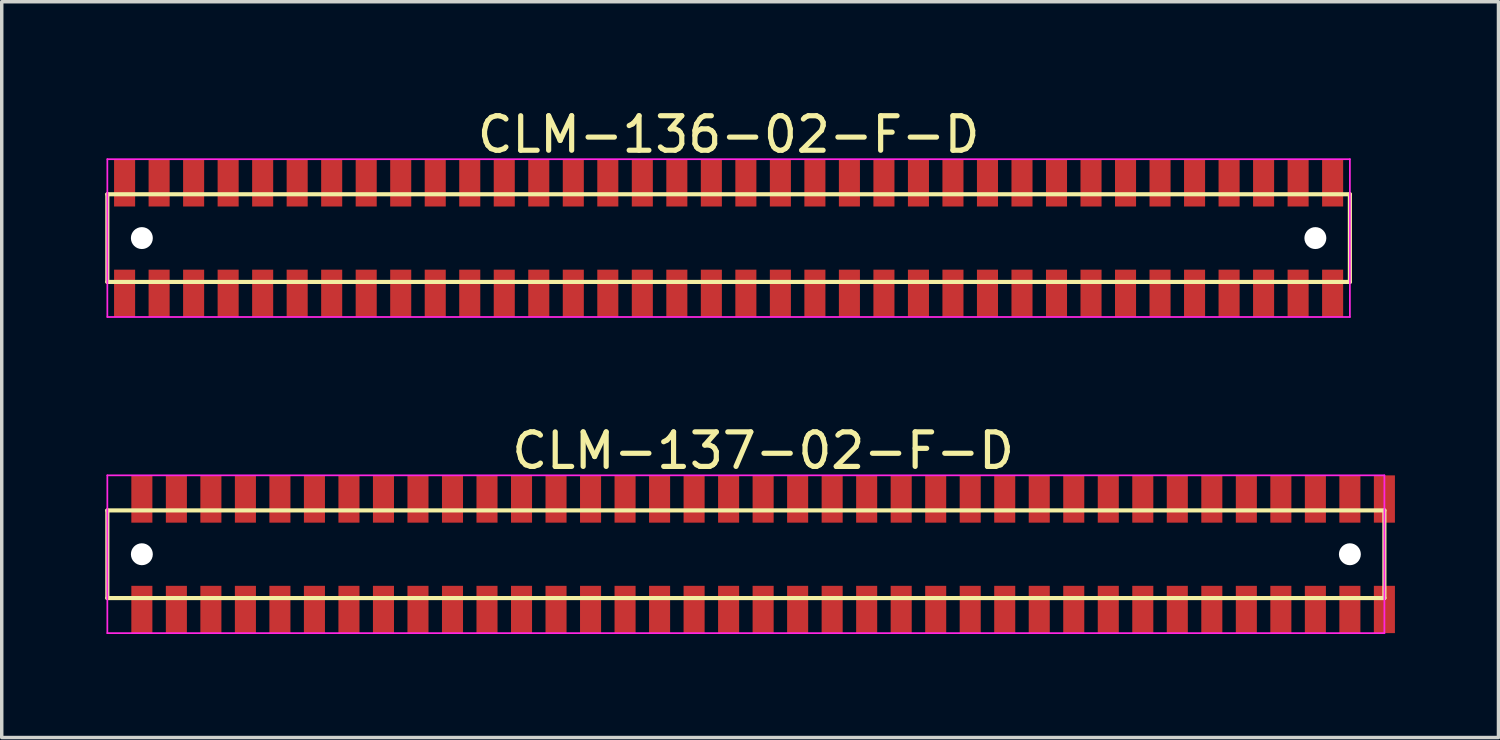
<source format=kicad_pcb>
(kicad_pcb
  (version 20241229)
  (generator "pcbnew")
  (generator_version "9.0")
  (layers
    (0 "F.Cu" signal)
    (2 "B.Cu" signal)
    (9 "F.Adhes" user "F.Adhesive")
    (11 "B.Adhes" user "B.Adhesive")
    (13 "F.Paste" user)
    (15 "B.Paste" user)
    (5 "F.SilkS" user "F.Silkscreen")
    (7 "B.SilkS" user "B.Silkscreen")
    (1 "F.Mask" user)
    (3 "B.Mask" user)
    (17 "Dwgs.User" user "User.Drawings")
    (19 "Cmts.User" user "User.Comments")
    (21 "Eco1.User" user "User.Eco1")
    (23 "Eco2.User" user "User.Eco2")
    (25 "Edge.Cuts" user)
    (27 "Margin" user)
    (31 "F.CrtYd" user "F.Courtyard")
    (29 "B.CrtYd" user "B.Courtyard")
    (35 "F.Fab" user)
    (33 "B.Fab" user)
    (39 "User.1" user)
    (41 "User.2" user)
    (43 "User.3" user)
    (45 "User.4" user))
  (footprint "CLM-137-02-F-D"
    (layer "F.Cu")
    (at 19.06 13.008)
    (property "Reference" "CLM-137-02-F-D" (at 0 -3 0) (layer "F.SilkS") (effects (font (size 1 1) (thickness 0.15))))
    (attr through_hole)
    (fp_line (start -19 -1.27) (end -19 1.27) (stroke (width 0.12) (type solid)) (layer "F.SilkS"))
    (fp_line (start -19 1.27) (end 18 1.27) (stroke (width 0.12) (type solid)) (layer "F.SilkS"))
    (fp_line (start 18 -1.27) (end -19 -1.27) (stroke (width 0.12) (type solid)) (layer "F.SilkS"))
    (fp_line (start 18 1.27) (end 18 -1.27) (stroke (width 0.12) (type solid)) (layer "F.SilkS"))
    (fp_line (start -19 -2.286) (end -19 2.286) (stroke (width 0.05) (type solid)) (layer "F.CrtYd"))
    (fp_line (start -19 2.286) (end 18 2.286) (stroke (width 0.05) (type solid)) (layer "F.CrtYd"))
    (fp_line (start 18 -2.286) (end -19 -2.286) (stroke (width 0.05) (type solid)) (layer "F.CrtYd"))
    (fp_line (start 18 2.286) (end 18 -2.286) (stroke (width 0.05) (type solid)) (layer "F.CrtYd"))
    (pad "" np_thru_hole circle (at -18 0) (size 0.635 0.635) (drill 0.635) (layers "*.Cu" "*.Mask"))
    (pad "" np_thru_hole circle (at 17 0) (size 0.635 0.635) (drill 0.635) (layers "*.Cu" "*.Mask"))
    (pad "1" smd rect (at -18 -1.6) (size 0.61 1.37) (layers "F.Cu" "F.Mask" "F.Paste"))
    (pad "2" smd rect (at -18 1.6) (size 0.61 1.37) (layers "F.Cu" "F.Mask" "F.Paste"))
    (pad "3" smd rect (at -17 -1.6) (size 0.61 1.37) (layers "F.Cu" "F.Mask" "F.Paste"))
    (pad "4" smd rect (at -17 1.6) (size 0.61 1.37) (layers "F.Cu" "F.Mask" "F.Paste"))
    (pad "5" smd rect (at -16 -1.6) (size 0.61 1.37) (layers "F.Cu" "F.Mask" "F.Paste"))
    (pad "6" smd rect (at -16 1.6) (size 0.61 1.37) (layers "F.Cu" "F.Mask" "F.Paste"))
    (pad "7" smd rect (at -15 -1.6) (size 0.61 1.37) (layers "F.Cu" "F.Mask" "F.Paste"))
    (pad "8" smd rect (at -15 1.6) (size 0.61 1.37) (layers "F.Cu" "F.Mask" "F.Paste"))
    (pad "9" smd rect (at -14 -1.6) (size 0.61 1.37) (layers "F.Cu" "F.Mask" "F.Paste"))
    (pad "10" smd rect (at -14 1.6) (size 0.61 1.37) (layers "F.Cu" "F.Mask" "F.Paste"))
    (pad "11" smd rect (at -13 -1.6) (size 0.61 1.37) (layers "F.Cu" "F.Mask" "F.Paste"))
    (pad "12" smd rect (at -13 1.6) (size 0.61 1.37) (layers "F.Cu" "F.Mask" "F.Paste"))
    (pad "13" smd rect (at -12 -1.6) (size 0.61 1.37) (layers "F.Cu" "F.Mask" "F.Paste"))
    (pad "14" smd rect (at -12 1.6) (size 0.61 1.37) (layers "F.Cu" "F.Mask" "F.Paste"))
    (pad "15" smd rect (at -11 -1.6) (size 0.61 1.37) (layers "F.Cu" "F.Mask" "F.Paste"))
    (pad "16" smd rect (at -11 1.6) (size 0.61 1.37) (layers "F.Cu" "F.Mask" "F.Paste"))
    (pad "17" smd rect (at -10 -1.6) (size 0.61 1.37) (layers "F.Cu" "F.Mask" "F.Paste"))
    (pad "18" smd rect (at -10 1.6) (size 0.61 1.37) (layers "F.Cu" "F.Mask" "F.Paste"))
    (pad "19" smd rect (at -9 -1.6) (size 0.61 1.37) (layers "F.Cu" "F.Mask" "F.Paste"))
    (pad "20" smd rect (at -9 1.6) (size 0.61 1.37) (layers "F.Cu" "F.Mask" "F.Paste"))
    (pad "21" smd rect (at -8 -1.6) (size 0.61 1.37) (layers "F.Cu" "F.Mask" "F.Paste"))
    (pad "22" smd rect (at -8 1.6) (size 0.61 1.37) (layers "F.Cu" "F.Mask" "F.Paste"))
    (pad "23" smd rect (at -7 -1.6) (size 0.61 1.37) (layers "F.Cu" "F.Mask" "F.Paste"))
    (pad "24" smd rect (at -7 1.6) (size 0.61 1.37) (layers "F.Cu" "F.Mask" "F.Paste"))
    (pad "25" smd rect (at -6 -1.6) (size 0.61 1.37) (layers "F.Cu" "F.Mask" "F.Paste"))
    (pad "26" smd rect (at -6 1.6) (size 0.61 1.37) (layers "F.Cu" "F.Mask" "F.Paste"))
    (pad "27" smd rect (at -5 -1.6) (size 0.61 1.37) (layers "F.Cu" "F.Mask" "F.Paste"))
    (pad "28" smd rect (at -5 1.6) (size 0.61 1.37) (layers "F.Cu" "F.Mask" "F.Paste"))
    (pad "29" smd rect (at -4 -1.6) (size 0.61 1.37) (layers "F.Cu" "F.Mask" "F.Paste"))
    (pad "30" smd rect (at -4 1.6) (size 0.61 1.37) (layers "F.Cu" "F.Mask" "F.Paste"))
    (pad "31" smd rect (at -3 -1.6) (size 0.61 1.37) (layers "F.Cu" "F.Mask" "F.Paste"))
    (pad "32" smd rect (at -3 1.6) (size 0.61 1.37) (layers "F.Cu" "F.Mask" "F.Paste"))
    (pad "33" smd rect (at -2 -1.6) (size 0.61 1.37) (layers "F.Cu" "F.Mask" "F.Paste"))
    (pad "34" smd rect (at -2 1.6) (size 0.61 1.37) (layers "F.Cu" "F.Mask" "F.Paste"))
    (pad "35" smd rect (at -1 -1.6) (size 0.61 1.37) (layers "F.Cu" "F.Mask" "F.Paste"))
    (pad "36" smd rect (at -1 1.6) (size 0.61 1.37) (layers "F.Cu" "F.Mask" "F.Paste"))
    (pad "37" smd rect (at 0 -1.6) (size 0.61 1.37) (layers "F.Cu" "F.Mask" "F.Paste"))
    (pad "38" smd rect (at 0 1.6) (size 0.61 1.37) (layers "F.Cu" "F.Mask" "F.Paste"))
    (pad "39" smd rect (at 1 -1.6) (size 0.61 1.37) (layers "F.Cu" "F.Mask" "F.Paste"))
    (pad "40" smd rect (at 1 1.6) (size 0.61 1.37) (layers "F.Cu" "F.Mask" "F.Paste"))
    (pad "41" smd rect (at 2 -1.6) (size 0.61 1.37) (layers "F.Cu" "F.Mask" "F.Paste"))
    (pad "42" smd rect (at 2 1.6) (size 0.61 1.37) (layers "F.Cu" "F.Mask" "F.Paste"))
    (pad "43" smd rect (at 3 -1.6) (size 0.61 1.37) (layers "F.Cu" "F.Mask" "F.Paste"))
    (pad "44" smd rect (at 3 1.6) (size 0.61 1.37) (layers "F.Cu" "F.Mask" "F.Paste"))
    (pad "45" smd rect (at 4 -1.6) (size 0.61 1.37) (layers "F.Cu" "F.Mask" "F.Paste"))
    (pad "46" smd rect (at 4 1.6) (size 0.61 1.37) (layers "F.Cu" "F.Mask" "F.Paste"))
    (pad "47" smd rect (at 5 -1.6) (size 0.61 1.37) (layers "F.Cu" "F.Mask" "F.Paste"))
    (pad "48" smd rect (at 5 1.6) (size 0.61 1.37) (layers "F.Cu" "F.Mask" "F.Paste"))
    (pad "49" smd rect (at 6 -1.6) (size 0.61 1.37) (layers "F.Cu" "F.Mask" "F.Paste"))
    (pad "50" smd rect (at 6 1.6) (size 0.61 1.37) (layers "F.Cu" "F.Mask" "F.Paste"))
    (pad "51" smd rect (at 7 -1.6) (size 0.61 1.37) (layers "F.Cu" "F.Mask" "F.Paste"))
    (pad "52" smd rect (at 7 1.6) (size 0.61 1.37) (layers "F.Cu" "F.Mask" "F.Paste"))
    (pad "53" smd rect (at 8 -1.6) (size 0.61 1.37) (layers "F.Cu" "F.Mask" "F.Paste"))
    (pad "54" smd rect (at 8 1.6) (size 0.61 1.37) (layers "F.Cu" "F.Mask" "F.Paste"))
    (pad "55" smd rect (at 9 -1.6) (size 0.61 1.37) (layers "F.Cu" "F.Mask" "F.Paste"))
    (pad "56" smd rect (at 9 1.6) (size 0.61 1.37) (layers "F.Cu" "F.Mask" "F.Paste"))
    (pad "57" smd rect (at 10 -1.6) (size 0.61 1.37) (layers "F.Cu" "F.Mask" "F.Paste"))
    (pad "58" smd rect (at 10 1.6) (size 0.61 1.37) (layers "F.Cu" "F.Mask" "F.Paste"))
    (pad "59" smd rect (at 11 -1.6) (size 0.61 1.37) (layers "F.Cu" "F.Mask" "F.Paste"))
    (pad "60" smd rect (at 11 1.6) (size 0.61 1.37) (layers "F.Cu" "F.Mask" "F.Paste"))
    (pad "61" smd rect (at 12 -1.6) (size 0.61 1.37) (layers "F.Cu" "F.Mask" "F.Paste"))
    (pad "62" smd rect (at 12 1.6) (size 0.61 1.37) (layers "F.Cu" "F.Mask" "F.Paste"))
    (pad "63" smd rect (at 13 -1.6) (size 0.61 1.37) (layers "F.Cu" "F.Mask" "F.Paste"))
    (pad "64" smd rect (at 13 1.6) (size 0.61 1.37) (layers "F.Cu" "F.Mask" "F.Paste"))
    (pad "65" smd rect (at 14 -1.6) (size 0.61 1.37) (layers "F.Cu" "F.Mask" "F.Paste"))
    (pad "66" smd rect (at 14 1.6) (size 0.61 1.37) (layers "F.Cu" "F.Mask" "F.Paste"))
    (pad "67" smd rect (at 15 -1.6) (size 0.61 1.37) (layers "F.Cu" "F.Mask" "F.Paste"))
    (pad "68" smd rect (at 15 1.6) (size 0.61 1.37) (layers "F.Cu" "F.Mask" "F.Paste"))
    (pad "69" smd rect (at 16 -1.6) (size 0.61 1.37) (layers "F.Cu" "F.Mask" "F.Paste"))
    (pad "70" smd rect (at 16 1.6) (size 0.61 1.37) (layers "F.Cu" "F.Mask" "F.Paste"))
    (pad "71" smd rect (at 17 -1.6) (size 0.61 1.37) (layers "F.Cu" "F.Mask" "F.Paste"))
    (pad "72" smd rect (at 17 1.6) (size 0.61 1.37) (layers "F.Cu" "F.Mask" "F.Paste"))
    (pad "73" smd rect (at 18 -1.6) (size 0.61 1.37) (layers "F.Cu" "F.Mask" "F.Paste"))
    (pad "74" smd rect (at 18 1.6) (size 0.61 1.37) (layers "F.Cu" "F.Mask" "F.Paste")))
  (footprint "CLM-136-02-F-D"
    (layer "F.Cu")
    (at 18.06 3.848)
    (property "Reference" "CLM-136-02-F-D" (at 0 -3 0) (layer "F.SilkS") (effects (font (size 1 1) (thickness 0.15))))
    (attr through_hole)
    (fp_line (start -18 -1.27) (end -18 1.27) (stroke (width 0.12) (type solid)) (layer "F.SilkS"))
    (fp_line (start -18 1.27) (end 18 1.27) (stroke (width 0.12) (type solid)) (layer "F.SilkS"))
    (fp_line (start 18 -1.27) (end -18 -1.27) (stroke (width 0.12) (type solid)) (layer "F.SilkS"))
    (fp_line (start 18 1.27) (end 18 -1.27) (stroke (width 0.12) (type solid)) (layer "F.SilkS"))
    (fp_line (start -18 -2.286) (end -18 2.286) (stroke (width 0.05) (type solid)) (layer "F.CrtYd"))
    (fp_line (start -18 2.286) (end 18 2.286) (stroke (width 0.05) (type solid)) (layer "F.CrtYd"))
    (fp_line (start 18 -2.286) (end -18 -2.286) (stroke (width 0.05) (type solid)) (layer "F.CrtYd"))
    (fp_line (start 18 2.286) (end 18 -2.286) (stroke (width 0.05) (type solid)) (layer "F.CrtYd"))
    (pad "" np_thru_hole circle (at -17 0) (size 0.635 0.635) (drill 0.635) (layers "*.Cu" "*.Mask"))
    (pad "" np_thru_hole circle (at 17 0) (size 0.635 0.635) (drill 0.635) (layers "*.Cu" "*.Mask"))
    (pad "1" smd rect (at -17.5 -1.6) (size 0.61 1.37) (layers "F.Cu" "F.Mask" "F.Paste"))
    (pad "2" smd rect (at -17.5 1.6) (size 0.61 1.37) (layers "F.Cu" "F.Mask" "F.Paste"))
    (pad "3" smd rect (at -16.5 -1.6) (size 0.61 1.37) (layers "F.Cu" "F.Mask" "F.Paste"))
    (pad "4" smd rect (at -16.5 1.6) (size 0.61 1.37) (layers "F.Cu" "F.Mask" "F.Paste"))
    (pad "5" smd rect (at -15.5 -1.6) (size 0.61 1.37) (layers "F.Cu" "F.Mask" "F.Paste"))
    (pad "6" smd rect (at -15.5 1.6) (size 0.61 1.37) (layers "F.Cu" "F.Mask" "F.Paste"))
    (pad "7" smd rect (at -14.5 -1.6) (size 0.61 1.37) (layers "F.Cu" "F.Mask" "F.Paste"))
    (pad "8" smd rect (at -14.5 1.6) (size 0.61 1.37) (layers "F.Cu" "F.Mask" "F.Paste"))
    (pad "9" smd rect (at -13.5 -1.6) (size 0.61 1.37) (layers "F.Cu" "F.Mask" "F.Paste"))
    (pad "10" smd rect (at -13.5 1.6) (size 0.61 1.37) (layers "F.Cu" "F.Mask" "F.Paste"))
    (pad "11" smd rect (at -12.5 -1.6) (size 0.61 1.37) (layers "F.Cu" "F.Mask" "F.Paste"))
    (pad "12" smd rect (at -12.5 1.6) (size 0.61 1.37) (layers "F.Cu" "F.Mask" "F.Paste"))
    (pad "13" smd rect (at -11.5 -1.6) (size 0.61 1.37) (layers "F.Cu" "F.Mask" "F.Paste"))
    (pad "14" smd rect (at -11.5 1.6) (size 0.61 1.37) (layers "F.Cu" "F.Mask" "F.Paste"))
    (pad "15" smd rect (at -10.5 -1.6) (size 0.61 1.37) (layers "F.Cu" "F.Mask" "F.Paste"))
    (pad "16" smd rect (at -10.5 1.6) (size 0.61 1.37) (layers "F.Cu" "F.Mask" "F.Paste"))
    (pad "17" smd rect (at -9.5 -1.6) (size 0.61 1.37) (layers "F.Cu" "F.Mask" "F.Paste"))
    (pad "18" smd rect (at -9.5 1.6) (size 0.61 1.37) (layers "F.Cu" "F.Mask" "F.Paste"))
    (pad "19" smd rect (at -8.5 -1.6) (size 0.61 1.37) (layers "F.Cu" "F.Mask" "F.Paste"))
    (pad "20" smd rect (at -8.5 1.6) (size 0.61 1.37) (layers "F.Cu" "F.Mask" "F.Paste"))
    (pad "21" smd rect (at -7.5 -1.6) (size 0.61 1.37) (layers "F.Cu" "F.Mask" "F.Paste"))
    (pad "22" smd rect (at -7.5 1.6) (size 0.61 1.37) (layers "F.Cu" "F.Mask" "F.Paste"))
    (pad "23" smd rect (at -6.5 -1.6) (size 0.61 1.37) (layers "F.Cu" "F.Mask" "F.Paste"))
    (pad "24" smd rect (at -6.5 1.6) (size 0.61 1.37) (layers "F.Cu" "F.Mask" "F.Paste"))
    (pad "25" smd rect (at -5.5 -1.6) (size 0.61 1.37) (layers "F.Cu" "F.Mask" "F.Paste"))
    (pad "26" smd rect (at -5.5 1.6) (size 0.61 1.37) (layers "F.Cu" "F.Mask" "F.Paste"))
    (pad "27" smd rect (at -4.5 -1.6) (size 0.61 1.37) (layers "F.Cu" "F.Mask" "F.Paste"))
    (pad "28" smd rect (at -4.5 1.6) (size 0.61 1.37) (layers "F.Cu" "F.Mask" "F.Paste"))
    (pad "29" smd rect (at -3.5 -1.6) (size 0.61 1.37) (layers "F.Cu" "F.Mask" "F.Paste"))
    (pad "30" smd rect (at -3.5 1.6) (size 0.61 1.37) (layers "F.Cu" "F.Mask" "F.Paste"))
    (pad "31" smd rect (at -2.5 -1.6) (size 0.61 1.37) (layers "F.Cu" "F.Mask" "F.Paste"))
    (pad "32" smd rect (at -2.5 1.6) (size 0.61 1.37) (layers "F.Cu" "F.Mask" "F.Paste"))
    (pad "33" smd rect (at -1.5 -1.6) (size 0.61 1.37) (layers "F.Cu" "F.Mask" "F.Paste"))
    (pad "34" smd rect (at -1.5 1.6) (size 0.61 1.37) (layers "F.Cu" "F.Mask" "F.Paste"))
    (pad "35" smd rect (at -0.5 -1.6) (size 0.61 1.37) (layers "F.Cu" "F.Mask" "F.Paste"))
    (pad "36" smd rect (at -0.5 1.6) (size 0.61 1.37) (layers "F.Cu" "F.Mask" "F.Paste"))
    (pad "37" smd rect (at 0.5 -1.6) (size 0.61 1.37) (layers "F.Cu" "F.Mask" "F.Paste"))
    (pad "38" smd rect (at 0.5 1.6) (size 0.61 1.37) (layers "F.Cu" "F.Mask" "F.Paste"))
    (pad "39" smd rect (at 1.5 -1.6) (size 0.61 1.37) (layers "F.Cu" "F.Mask" "F.Paste"))
    (pad "40" smd rect (at 1.5 1.6) (size 0.61 1.37) (layers "F.Cu" "F.Mask" "F.Paste"))
    (pad "41" smd rect (at 2.5 -1.6) (size 0.61 1.37) (layers "F.Cu" "F.Mask" "F.Paste"))
    (pad "42" smd rect (at 2.5 1.6) (size 0.61 1.37) (layers "F.Cu" "F.Mask" "F.Paste"))
    (pad "43" smd rect (at 3.5 -1.6) (size 0.61 1.37) (layers "F.Cu" "F.Mask" "F.Paste"))
    (pad "44" smd rect (at 3.5 1.6) (size 0.61 1.37) (layers "F.Cu" "F.Mask" "F.Paste"))
    (pad "45" smd rect (at 4.5 -1.6) (size 0.61 1.37) (layers "F.Cu" "F.Mask" "F.Paste"))
    (pad "46" smd rect (at 4.5 1.6) (size 0.61 1.37) (layers "F.Cu" "F.Mask" "F.Paste"))
    (pad "47" smd rect (at 5.5 -1.6) (size 0.61 1.37) (layers "F.Cu" "F.Mask" "F.Paste"))
    (pad "48" smd rect (at 5.5 1.6) (size 0.61 1.37) (layers "F.Cu" "F.Mask" "F.Paste"))
    (pad "49" smd rect (at 6.5 -1.6) (size 0.61 1.37) (layers "F.Cu" "F.Mask" "F.Paste"))
    (pad "50" smd rect (at 6.5 1.6) (size 0.61 1.37) (layers "F.Cu" "F.Mask" "F.Paste"))
    (pad "51" smd rect (at 7.5 -1.6) (size 0.61 1.37) (layers "F.Cu" "F.Mask" "F.Paste"))
    (pad "52" smd rect (at 7.5 1.6) (size 0.61 1.37) (layers "F.Cu" "F.Mask" "F.Paste"))
    (pad "53" smd rect (at 8.5 -1.6) (size 0.61 1.37) (layers "F.Cu" "F.Mask" "F.Paste"))
    (pad "54" smd rect (at 8.5 1.6) (size 0.61 1.37) (layers "F.Cu" "F.Mask" "F.Paste"))
    (pad "55" smd rect (at 9.5 -1.6) (size 0.61 1.37) (layers "F.Cu" "F.Mask" "F.Paste"))
    (pad "56" smd rect (at 9.5 1.6) (size 0.61 1.37) (layers "F.Cu" "F.Mask" "F.Paste"))
    (pad "57" smd rect (at 10.5 -1.6) (size 0.61 1.37) (layers "F.Cu" "F.Mask" "F.Paste"))
    (pad "58" smd rect (at 10.5 1.6) (size 0.61 1.37) (layers "F.Cu" "F.Mask" "F.Paste"))
    (pad "59" smd rect (at 11.5 -1.6) (size 0.61 1.37) (layers "F.Cu" "F.Mask" "F.Paste"))
    (pad "60" smd rect (at 11.5 1.6) (size 0.61 1.37) (layers "F.Cu" "F.Mask" "F.Paste"))
    (pad "61" smd rect (at 12.5 -1.6) (size 0.61 1.37) (layers "F.Cu" "F.Mask" "F.Paste"))
    (pad "62" smd rect (at 12.5 1.6) (size 0.61 1.37) (layers "F.Cu" "F.Mask" "F.Paste"))
    (pad "63" smd rect (at 13.5 -1.6) (size 0.61 1.37) (layers "F.Cu" "F.Mask" "F.Paste"))
    (pad "64" smd rect (at 13.5 1.6) (size 0.61 1.37) (layers "F.Cu" "F.Mask" "F.Paste"))
    (pad "65" smd rect (at 14.5 -1.6) (size 0.61 1.37) (layers "F.Cu" "F.Mask" "F.Paste"))
    (pad "66" smd rect (at 14.5 1.6) (size 0.61 1.37) (layers "F.Cu" "F.Mask" "F.Paste"))
    (pad "67" smd rect (at 15.5 -1.6) (size 0.61 1.37) (layers "F.Cu" "F.Mask" "F.Paste"))
    (pad "68" smd rect (at 15.5 1.6) (size 0.61 1.37) (layers "F.Cu" "F.Mask" "F.Paste"))
    (pad "69" smd rect (at 16.5 -1.6) (size 0.61 1.37) (layers "F.Cu" "F.Mask" "F.Paste"))
    (pad "70" smd rect (at 16.5 1.6) (size 0.61 1.37) (layers "F.Cu" "F.Mask" "F.Paste"))
    (pad "71" smd rect (at 17.5 -1.6) (size 0.61 1.37) (layers "F.Cu" "F.Mask" "F.Paste"))
    (pad "72" smd rect (at 17.5 1.6) (size 0.61 1.37) (layers "F.Cu" "F.Mask" "F.Paste")))
  (gr_rect
    (start -3 -3)
    (end 40.365 18.319)
    (stroke (width 0.1) (type default))
    (fill no)
    (layer "Edge.Cuts")))
</source>
